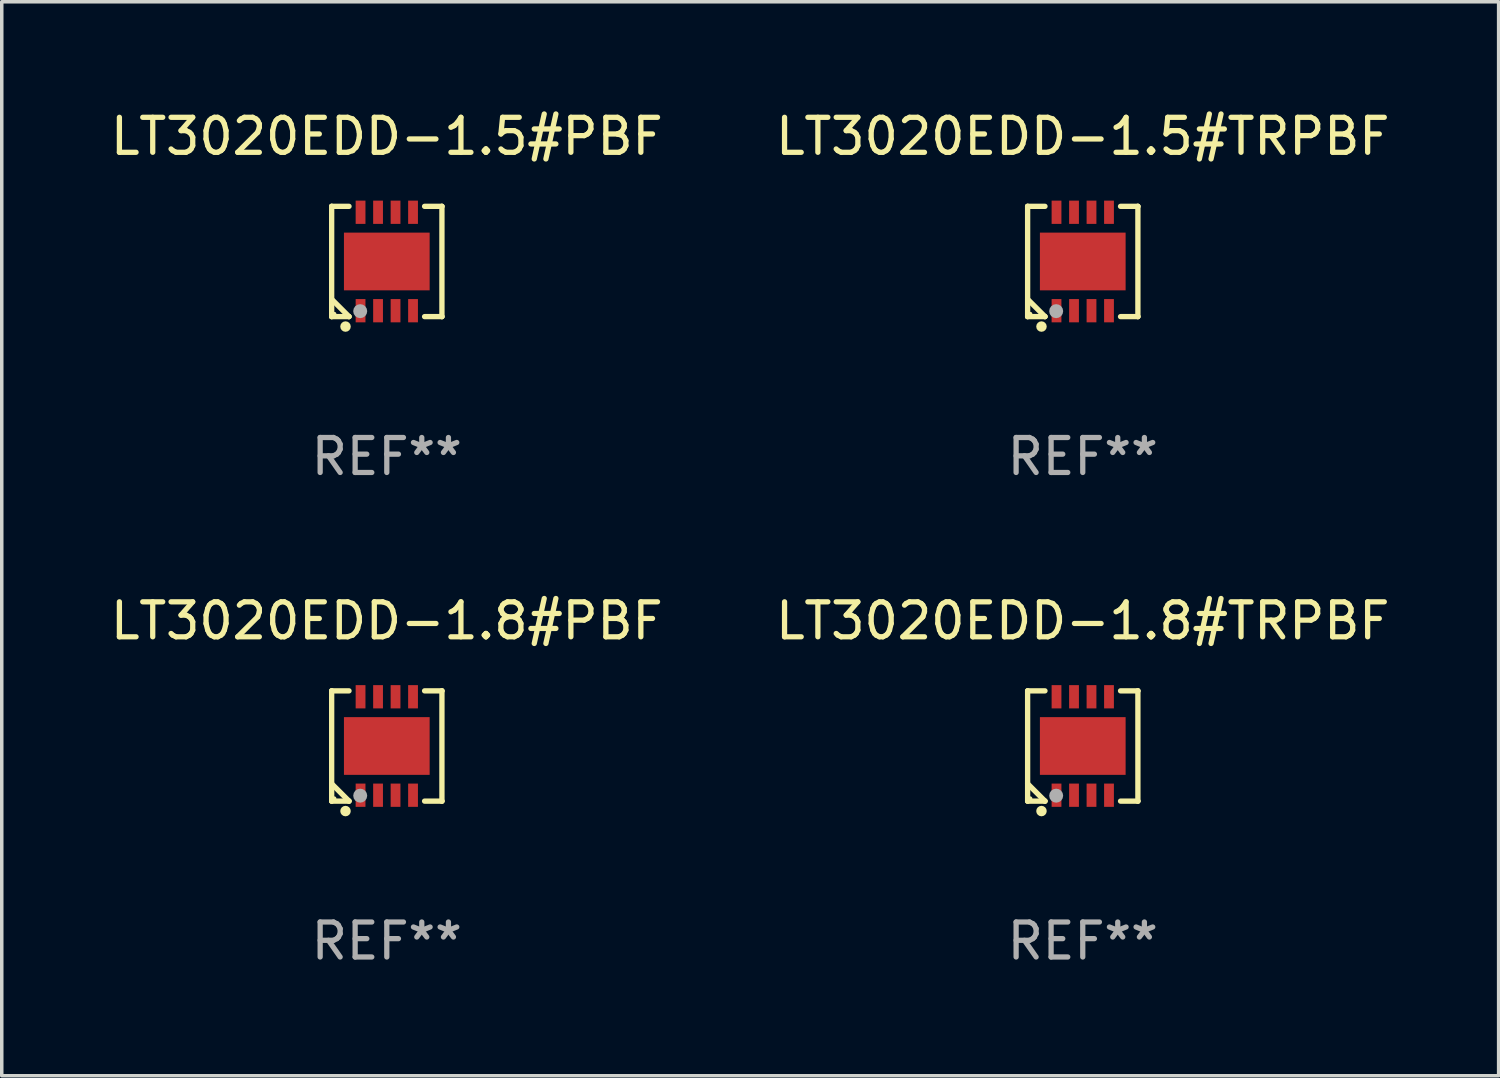
<source format=kicad_pcb>
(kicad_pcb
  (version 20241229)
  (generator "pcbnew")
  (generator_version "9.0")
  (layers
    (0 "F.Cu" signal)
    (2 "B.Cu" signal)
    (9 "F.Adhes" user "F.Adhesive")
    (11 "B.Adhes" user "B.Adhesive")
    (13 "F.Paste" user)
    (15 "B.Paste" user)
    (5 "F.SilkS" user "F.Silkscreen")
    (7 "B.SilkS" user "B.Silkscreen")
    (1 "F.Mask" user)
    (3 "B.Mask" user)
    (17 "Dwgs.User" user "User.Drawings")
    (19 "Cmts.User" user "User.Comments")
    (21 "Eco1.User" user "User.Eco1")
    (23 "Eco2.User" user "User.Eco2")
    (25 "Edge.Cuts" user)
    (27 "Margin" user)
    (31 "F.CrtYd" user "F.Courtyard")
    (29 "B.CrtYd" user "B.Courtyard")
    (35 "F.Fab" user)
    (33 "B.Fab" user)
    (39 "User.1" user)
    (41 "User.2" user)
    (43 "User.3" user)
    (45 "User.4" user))
  (footprint "LT3020EDD-1.8#TRPBF"
    (layer "F.Cu")
    (at 27.899 18.273)
    (property "Reference" "LT3020EDD-1.8#TRPBF" (at 0 -3.576 0) (layer "F.SilkS") (effects (font (size 1 1) (thickness 0.15))))
    (attr through_hole)
    (fp_line (start -1.576 -1.576) (end -1.576 -1.576) (stroke (width 0.152) (type solid)) (layer "F.SilkS"))
    (fp_line (start -1.576 -1.576) (end -1.08 -1.576) (stroke (width 0.152) (type solid)) (layer "F.SilkS"))
    (fp_line (start -1.576 1.576) (end -1.576 -1.576) (stroke (width 0.152) (type solid)) (layer "F.SilkS"))
    (fp_line (start -1.576 1.576) (end -1.576 1.576) (stroke (width 0.152) (type solid)) (layer "F.SilkS"))
    (fp_line (start -1.08 1.575) (end -1.576 1.079) (stroke (width 0.152) (type solid)) (layer "F.SilkS"))
    (fp_line (start -1.08 1.576) (end -1.576 1.576) (stroke (width 0.152) (type solid)) (layer "F.SilkS"))
    (fp_line (start -1.08 1.576) (end -1.08 1.575) (stroke (width 0.152) (type solid)) (layer "F.SilkS"))
    (fp_line (start 1.08 1.576) (end 1.576 1.576) (stroke (width 0.152) (type solid)) (layer "F.SilkS"))
    (fp_line (start 1.576 -1.576) (end 1.08 -1.576) (stroke (width 0.152) (type solid)) (layer "F.SilkS"))
    (fp_line (start 1.576 -1.576) (end 1.576 -1.576) (stroke (width 0.152) (type solid)) (layer "F.SilkS"))
    (fp_line (start 1.576 1.576) (end 1.576 -1.576) (stroke (width 0.152) (type solid)) (layer "F.SilkS"))
    (fp_line (start 1.576 1.576) (end 1.576 1.576) (stroke (width 0.152) (type solid)) (layer "F.SilkS"))
    (fp_circle (center -1.5 1.5) (end -1.47 1.5) (stroke (width 0.06) (type solid)) (fill no) (layer "F.SilkS"))
    (fp_circle (center -1.18 1.86) (end -1.105 1.86) (stroke (width 0.15) (type solid)) (fill no) (layer "F.SilkS"))
    (fp_circle (center -0.76 1.42) (end -0.66 1.42) (stroke (width 0.2) (type solid)) (fill no) (layer "F.Fab"))
    (fp_text user "REF**" (at 0 5.576 0) (layer "F.Fab") (effects (font (size 1 1) (thickness 0.15))))
    (pad "1" smd rect (at -0.75 1.407) (size 0.28 0.665) (layers "F.Cu" "F.Mask" "F.Paste"))
    (pad "2" smd rect (at -0.25 1.407) (size 0.28 0.665) (layers "F.Cu" "F.Mask" "F.Paste"))
    (pad "3" smd rect (at 0.25 1.407) (size 0.28 0.665) (layers "F.Cu" "F.Mask" "F.Paste"))
    (pad "4" smd rect (at 0.75 1.407) (size 0.28 0.665) (layers "F.Cu" "F.Mask" "F.Paste"))
    (pad "5" smd rect (at 0.75 -1.407) (size 0.28 0.665) (layers "F.Cu" "F.Mask" "F.Paste"))
    (pad "6" smd rect (at 0.25 -1.407) (size 0.28 0.665) (layers "F.Cu" "F.Mask" "F.Paste"))
    (pad "7" smd rect (at -0.25 -1.407) (size 0.28 0.665) (layers "F.Cu" "F.Mask" "F.Paste"))
    (pad "8" smd rect (at -0.75 -1.407) (size 0.28 0.665) (layers "F.Cu" "F.Mask" "F.Paste"))
    (pad "9" smd rect (at 0 0) (size 2.45 1.65) (layers "F.Cu" "F.Mask" "F.Paste")))
  (footprint "LT3020EDD-1.8#PBF"
    (layer "F.Cu")
    (at 8.006 18.273)
    (property "Reference" "LT3020EDD-1.8#PBF" (at 0 -3.576 0) (layer "F.SilkS") (effects (font (size 1 1) (thickness 0.15))))
    (attr through_hole)
    (fp_line (start -1.576 -1.576) (end -1.576 -1.576) (stroke (width 0.152) (type solid)) (layer "F.SilkS"))
    (fp_line (start -1.576 -1.576) (end -1.08 -1.576) (stroke (width 0.152) (type solid)) (layer "F.SilkS"))
    (fp_line (start -1.576 1.576) (end -1.576 -1.576) (stroke (width 0.152) (type solid)) (layer "F.SilkS"))
    (fp_line (start -1.576 1.576) (end -1.576 1.576) (stroke (width 0.152) (type solid)) (layer "F.SilkS"))
    (fp_line (start -1.08 1.575) (end -1.576 1.079) (stroke (width 0.152) (type solid)) (layer "F.SilkS"))
    (fp_line (start -1.08 1.576) (end -1.576 1.576) (stroke (width 0.152) (type solid)) (layer "F.SilkS"))
    (fp_line (start -1.08 1.576) (end -1.08 1.575) (stroke (width 0.152) (type solid)) (layer "F.SilkS"))
    (fp_line (start 1.08 1.576) (end 1.576 1.576) (stroke (width 0.152) (type solid)) (layer "F.SilkS"))
    (fp_line (start 1.576 -1.576) (end 1.08 -1.576) (stroke (width 0.152) (type solid)) (layer "F.SilkS"))
    (fp_line (start 1.576 -1.576) (end 1.576 -1.576) (stroke (width 0.152) (type solid)) (layer "F.SilkS"))
    (fp_line (start 1.576 1.576) (end 1.576 -1.576) (stroke (width 0.152) (type solid)) (layer "F.SilkS"))
    (fp_line (start 1.576 1.576) (end 1.576 1.576) (stroke (width 0.152) (type solid)) (layer "F.SilkS"))
    (fp_circle (center -1.5 1.5) (end -1.47 1.5) (stroke (width 0.06) (type solid)) (fill no) (layer "F.SilkS"))
    (fp_circle (center -1.18 1.86) (end -1.105 1.86) (stroke (width 0.15) (type solid)) (fill no) (layer "F.SilkS"))
    (fp_circle (center -0.76 1.42) (end -0.66 1.42) (stroke (width 0.2) (type solid)) (fill no) (layer "F.Fab"))
    (fp_text user "REF**" (at 0 5.576 0) (layer "F.Fab") (effects (font (size 1 1) (thickness 0.15))))
    (pad "1" smd rect (at -0.75 1.407) (size 0.28 0.665) (layers "F.Cu" "F.Mask" "F.Paste"))
    (pad "2" smd rect (at -0.25 1.407) (size 0.28 0.665) (layers "F.Cu" "F.Mask" "F.Paste"))
    (pad "3" smd rect (at 0.25 1.407) (size 0.28 0.665) (layers "F.Cu" "F.Mask" "F.Paste"))
    (pad "4" smd rect (at 0.75 1.407) (size 0.28 0.665) (layers "F.Cu" "F.Mask" "F.Paste"))
    (pad "5" smd rect (at 0.75 -1.407) (size 0.28 0.665) (layers "F.Cu" "F.Mask" "F.Paste"))
    (pad "6" smd rect (at 0.25 -1.407) (size 0.28 0.665) (layers "F.Cu" "F.Mask" "F.Paste"))
    (pad "7" smd rect (at -0.25 -1.407) (size 0.28 0.665) (layers "F.Cu" "F.Mask" "F.Paste"))
    (pad "8" smd rect (at -0.75 -1.407) (size 0.28 0.665) (layers "F.Cu" "F.Mask" "F.Paste"))
    (pad "9" smd rect (at 0 0) (size 2.45 1.65) (layers "F.Cu" "F.Mask" "F.Paste")))
  (footprint "LT3020EDD-1.5#TRPBF"
    (layer "F.Cu")
    (at 27.899 4.424)
    (property "Reference" "LT3020EDD-1.5#TRPBF" (at 0 -3.576 0) (layer "F.SilkS") (effects (font (size 1 1) (thickness 0.15))))
    (attr through_hole)
    (fp_line (start -1.576 -1.576) (end -1.576 -1.576) (stroke (width 0.152) (type solid)) (layer "F.SilkS"))
    (fp_line (start -1.576 -1.576) (end -1.08 -1.576) (stroke (width 0.152) (type solid)) (layer "F.SilkS"))
    (fp_line (start -1.576 1.576) (end -1.576 -1.576) (stroke (width 0.152) (type solid)) (layer "F.SilkS"))
    (fp_line (start -1.576 1.576) (end -1.576 1.576) (stroke (width 0.152) (type solid)) (layer "F.SilkS"))
    (fp_line (start -1.08 1.575) (end -1.576 1.079) (stroke (width 0.152) (type solid)) (layer "F.SilkS"))
    (fp_line (start -1.08 1.576) (end -1.576 1.576) (stroke (width 0.152) (type solid)) (layer "F.SilkS"))
    (fp_line (start -1.08 1.576) (end -1.08 1.575) (stroke (width 0.152) (type solid)) (layer "F.SilkS"))
    (fp_line (start 1.08 1.576) (end 1.576 1.576) (stroke (width 0.152) (type solid)) (layer "F.SilkS"))
    (fp_line (start 1.576 -1.576) (end 1.08 -1.576) (stroke (width 0.152) (type solid)) (layer "F.SilkS"))
    (fp_line (start 1.576 -1.576) (end 1.576 -1.576) (stroke (width 0.152) (type solid)) (layer "F.SilkS"))
    (fp_line (start 1.576 1.576) (end 1.576 -1.576) (stroke (width 0.152) (type solid)) (layer "F.SilkS"))
    (fp_line (start 1.576 1.576) (end 1.576 1.576) (stroke (width 0.152) (type solid)) (layer "F.SilkS"))
    (fp_circle (center -1.5 1.5) (end -1.47 1.5) (stroke (width 0.06) (type solid)) (fill no) (layer "F.SilkS"))
    (fp_circle (center -1.18 1.86) (end -1.105 1.86) (stroke (width 0.15) (type solid)) (fill no) (layer "F.SilkS"))
    (fp_circle (center -0.76 1.42) (end -0.66 1.42) (stroke (width 0.2) (type solid)) (fill no) (layer "F.Fab"))
    (fp_text user "REF**" (at 0 5.576 0) (layer "F.Fab") (effects (font (size 1 1) (thickness 0.15))))
    (pad "1" smd rect (at -0.75 1.407) (size 0.28 0.665) (layers "F.Cu" "F.Mask" "F.Paste"))
    (pad "2" smd rect (at -0.25 1.407) (size 0.28 0.665) (layers "F.Cu" "F.Mask" "F.Paste"))
    (pad "3" smd rect (at 0.25 1.407) (size 0.28 0.665) (layers "F.Cu" "F.Mask" "F.Paste"))
    (pad "4" smd rect (at 0.75 1.407) (size 0.28 0.665) (layers "F.Cu" "F.Mask" "F.Paste"))
    (pad "5" smd rect (at 0.75 -1.407) (size 0.28 0.665) (layers "F.Cu" "F.Mask" "F.Paste"))
    (pad "6" smd rect (at 0.25 -1.407) (size 0.28 0.665) (layers "F.Cu" "F.Mask" "F.Paste"))
    (pad "7" smd rect (at -0.25 -1.407) (size 0.28 0.665) (layers "F.Cu" "F.Mask" "F.Paste"))
    (pad "8" smd rect (at -0.75 -1.407) (size 0.28 0.665) (layers "F.Cu" "F.Mask" "F.Paste"))
    (pad "9" smd rect (at 0 0) (size 2.45 1.65) (layers "F.Cu" "F.Mask" "F.Paste")))
  (footprint "LT3020EDD-1.5#PBF"
    (layer "F.Cu")
    (at 8.006 4.424)
    (property "Reference" "LT3020EDD-1.5#PBF" (at 0 -3.576 0) (layer "F.SilkS") (effects (font (size 1 1) (thickness 0.15))))
    (attr through_hole)
    (fp_line (start -1.576 -1.576) (end -1.576 -1.576) (stroke (width 0.152) (type solid)) (layer "F.SilkS"))
    (fp_line (start -1.576 -1.576) (end -1.08 -1.576) (stroke (width 0.152) (type solid)) (layer "F.SilkS"))
    (fp_line (start -1.576 1.576) (end -1.576 -1.576) (stroke (width 0.152) (type solid)) (layer "F.SilkS"))
    (fp_line (start -1.576 1.576) (end -1.576 1.576) (stroke (width 0.152) (type solid)) (layer "F.SilkS"))
    (fp_line (start -1.08 1.575) (end -1.576 1.079) (stroke (width 0.152) (type solid)) (layer "F.SilkS"))
    (fp_line (start -1.08 1.576) (end -1.576 1.576) (stroke (width 0.152) (type solid)) (layer "F.SilkS"))
    (fp_line (start -1.08 1.576) (end -1.08 1.575) (stroke (width 0.152) (type solid)) (layer "F.SilkS"))
    (fp_line (start 1.08 1.576) (end 1.576 1.576) (stroke (width 0.152) (type solid)) (layer "F.SilkS"))
    (fp_line (start 1.576 -1.576) (end 1.08 -1.576) (stroke (width 0.152) (type solid)) (layer "F.SilkS"))
    (fp_line (start 1.576 -1.576) (end 1.576 -1.576) (stroke (width 0.152) (type solid)) (layer "F.SilkS"))
    (fp_line (start 1.576 1.576) (end 1.576 -1.576) (stroke (width 0.152) (type solid)) (layer "F.SilkS"))
    (fp_line (start 1.576 1.576) (end 1.576 1.576) (stroke (width 0.152) (type solid)) (layer "F.SilkS"))
    (fp_circle (center -1.5 1.5) (end -1.47 1.5) (stroke (width 0.06) (type solid)) (fill no) (layer "F.SilkS"))
    (fp_circle (center -1.18 1.86) (end -1.105 1.86) (stroke (width 0.15) (type solid)) (fill no) (layer "F.SilkS"))
    (fp_circle (center -0.76 1.42) (end -0.66 1.42) (stroke (width 0.2) (type solid)) (fill no) (layer "F.Fab"))
    (fp_text user "REF**" (at 0 5.576 0) (layer "F.Fab") (effects (font (size 1 1) (thickness 0.15))))
    (pad "1" smd rect (at -0.75 1.407) (size 0.28 0.665) (layers "F.Cu" "F.Mask" "F.Paste"))
    (pad "2" smd rect (at -0.25 1.407) (size 0.28 0.665) (layers "F.Cu" "F.Mask" "F.Paste"))
    (pad "3" smd rect (at 0.25 1.407) (size 0.28 0.665) (layers "F.Cu" "F.Mask" "F.Paste"))
    (pad "4" smd rect (at 0.75 1.407) (size 0.28 0.665) (layers "F.Cu" "F.Mask" "F.Paste"))
    (pad "5" smd rect (at 0.75 -1.407) (size 0.28 0.665) (layers "F.Cu" "F.Mask" "F.Paste"))
    (pad "6" smd rect (at 0.25 -1.407) (size 0.28 0.665) (layers "F.Cu" "F.Mask" "F.Paste"))
    (pad "7" smd rect (at -0.25 -1.407) (size 0.28 0.665) (layers "F.Cu" "F.Mask" "F.Paste"))
    (pad "8" smd rect (at -0.75 -1.407) (size 0.28 0.665) (layers "F.Cu" "F.Mask" "F.Paste"))
    (pad "9" smd rect (at 0 0) (size 2.45 1.65) (layers "F.Cu" "F.Mask" "F.Paste")))
  (gr_rect
    (start -3 -3)
    (end 39.786 27.698)
    (stroke (width 0.1) (type default))
    (fill no)
    (layer "Edge.Cuts")))
</source>
